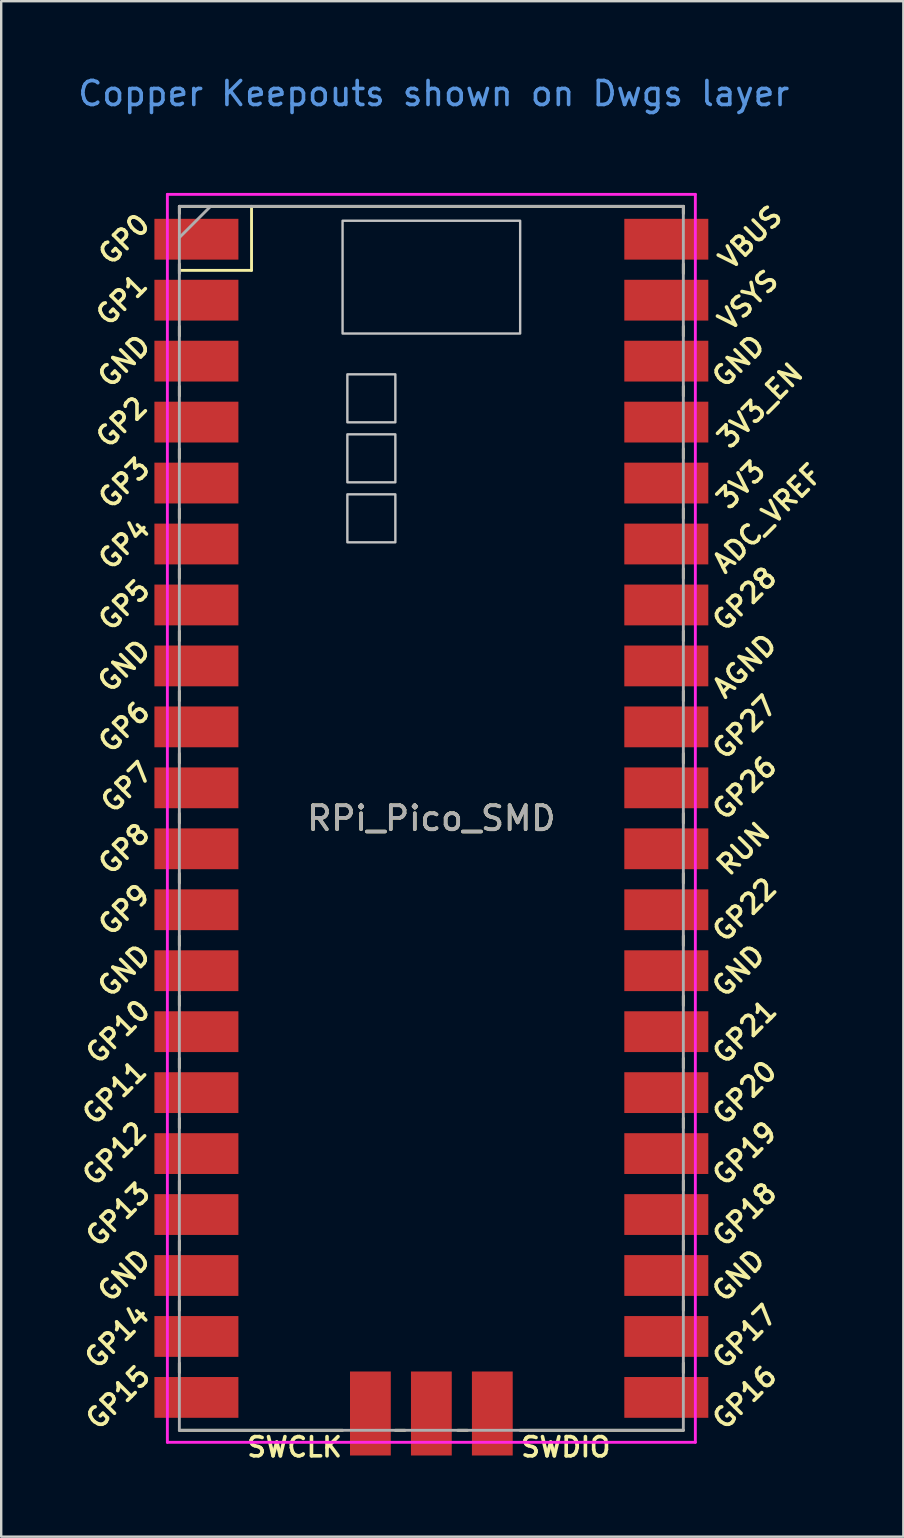
<source format=kicad_pcb>
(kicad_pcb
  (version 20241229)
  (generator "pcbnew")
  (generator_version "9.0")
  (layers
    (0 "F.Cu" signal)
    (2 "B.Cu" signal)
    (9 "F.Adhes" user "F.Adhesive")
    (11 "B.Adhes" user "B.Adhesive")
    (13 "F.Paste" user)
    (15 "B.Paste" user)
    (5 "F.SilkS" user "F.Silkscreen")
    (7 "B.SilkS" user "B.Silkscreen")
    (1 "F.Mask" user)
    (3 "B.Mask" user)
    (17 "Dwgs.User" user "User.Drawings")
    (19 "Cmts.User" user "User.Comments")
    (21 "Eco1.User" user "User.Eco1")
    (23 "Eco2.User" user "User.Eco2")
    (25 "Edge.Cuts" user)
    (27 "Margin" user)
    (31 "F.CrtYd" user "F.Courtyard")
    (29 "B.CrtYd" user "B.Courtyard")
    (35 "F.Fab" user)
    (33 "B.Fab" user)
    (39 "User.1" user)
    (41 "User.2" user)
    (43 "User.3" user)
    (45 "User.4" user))
  (footprint "RPi_Pico_SMD"
    (layer "F.Cu")
    (at 14.924 31.048)
    (property "Reference" "RPi_Pico_SMD" (at 0 0 0) (layer "F.SilkS") (effects (font (size 1 1) (thickness 0.15))))
    (attr through_hole)
    (fp_line (start -10.5 -25.5) (end -10.5 -25.2) (stroke (width 0.12) (type solid)) (layer "F.SilkS"))
    (fp_line (start -10.5 -25.5) (end 10.5 -25.5) (stroke (width 0.12) (type solid)) (layer "F.SilkS"))
    (fp_line (start -10.5 -23.1) (end -10.5 -22.7) (stroke (width 0.12) (type solid)) (layer "F.SilkS"))
    (fp_line (start -10.5 -22.833) (end -7.493 -22.833) (stroke (width 0.12) (type solid)) (layer "F.SilkS"))
    (fp_line (start -10.5 -20.5) (end -10.5 -20.1) (stroke (width 0.12) (type solid)) (layer "F.SilkS"))
    (fp_line (start -10.5 -18) (end -10.5 -17.6) (stroke (width 0.12) (type solid)) (layer "F.SilkS"))
    (fp_line (start -10.5 -15.4) (end -10.5 -15) (stroke (width 0.12) (type solid)) (layer "F.SilkS"))
    (fp_line (start -10.5 -12.9) (end -10.5 -12.5) (stroke (width 0.12) (type solid)) (layer "F.SilkS"))
    (fp_line (start -10.5 -10.4) (end -10.5 -10) (stroke (width 0.12) (type solid)) (layer "F.SilkS"))
    (fp_line (start -10.5 -7.8) (end -10.5 -7.4) (stroke (width 0.12) (type solid)) (layer "F.SilkS"))
    (fp_line (start -10.5 -5.3) (end -10.5 -4.9) (stroke (width 0.12) (type solid)) (layer "F.SilkS"))
    (fp_line (start -10.5 -2.7) (end -10.5 -2.3) (stroke (width 0.12) (type solid)) (layer "F.SilkS"))
    (fp_line (start -10.5 -0.2) (end -10.5 0.2) (stroke (width 0.12) (type solid)) (layer "F.SilkS"))
    (fp_line (start -10.5 2.3) (end -10.5 2.7) (stroke (width 0.12) (type solid)) (layer "F.SilkS"))
    (fp_line (start -10.5 4.9) (end -10.5 5.3) (stroke (width 0.12) (type solid)) (layer "F.SilkS"))
    (fp_line (start -10.5 7.4) (end -10.5 7.8) (stroke (width 0.12) (type solid)) (layer "F.SilkS"))
    (fp_line (start -10.5 10) (end -10.5 10.4) (stroke (width 0.12) (type solid)) (layer "F.SilkS"))
    (fp_line (start -10.5 12.5) (end -10.5 12.9) (stroke (width 0.12) (type solid)) (layer "F.SilkS"))
    (fp_line (start -10.5 15.1) (end -10.5 15.5) (stroke (width 0.12) (type solid)) (layer "F.SilkS"))
    (fp_line (start -10.5 17.6) (end -10.5 18) (stroke (width 0.12) (type solid)) (layer "F.SilkS"))
    (fp_line (start -10.5 20.1) (end -10.5 20.5) (stroke (width 0.12) (type solid)) (layer "F.SilkS"))
    (fp_line (start -10.5 22.7) (end -10.5 23.1) (stroke (width 0.12) (type solid)) (layer "F.SilkS"))
    (fp_line (start -7.493 -22.833) (end -7.493 -25.5) (stroke (width 0.12) (type solid)) (layer "F.SilkS"))
    (fp_line (start -3.7 25.5) (end -10.5 25.5) (stroke (width 0.12) (type solid)) (layer "F.SilkS"))
    (fp_line (start -1.5 25.5) (end -1.1 25.5) (stroke (width 0.12) (type solid)) (layer "F.SilkS"))
    (fp_line (start 1.1 25.5) (end 1.5 25.5) (stroke (width 0.12) (type solid)) (layer "F.SilkS"))
    (fp_line (start 10.5 -25.5) (end 10.5 -25.2) (stroke (width 0.12) (type solid)) (layer "F.SilkS"))
    (fp_line (start 10.5 -23.1) (end 10.5 -22.7) (stroke (width 0.12) (type solid)) (layer "F.SilkS"))
    (fp_line (start 10.5 -20.5) (end 10.5 -20.1) (stroke (width 0.12) (type solid)) (layer "F.SilkS"))
    (fp_line (start 10.5 -18) (end 10.5 -17.6) (stroke (width 0.12) (type solid)) (layer "F.SilkS"))
    (fp_line (start 10.5 -15.4) (end 10.5 -15) (stroke (width 0.12) (type solid)) (layer "F.SilkS"))
    (fp_line (start 10.5 -12.9) (end 10.5 -12.5) (stroke (width 0.12) (type solid)) (layer "F.SilkS"))
    (fp_line (start 10.5 -10.4) (end 10.5 -10) (stroke (width 0.12) (type solid)) (layer "F.SilkS"))
    (fp_line (start 10.5 -7.8) (end 10.5 -7.4) (stroke (width 0.12) (type solid)) (layer "F.SilkS"))
    (fp_line (start 10.5 -5.3) (end 10.5 -4.9) (stroke (width 0.12) (type solid)) (layer "F.SilkS"))
    (fp_line (start 10.5 -2.7) (end 10.5 -2.3) (stroke (width 0.12) (type solid)) (layer "F.SilkS"))
    (fp_line (start 10.5 -0.2) (end 10.5 0.2) (stroke (width 0.12) (type solid)) (layer "F.SilkS"))
    (fp_line (start 10.5 2.3) (end 10.5 2.7) (stroke (width 0.12) (type solid)) (layer "F.SilkS"))
    (fp_line (start 10.5 4.9) (end 10.5 5.3) (stroke (width 0.12) (type solid)) (layer "F.SilkS"))
    (fp_line (start 10.5 7.4) (end 10.5 7.8) (stroke (width 0.12) (type solid)) (layer "F.SilkS"))
    (fp_line (start 10.5 10) (end 10.5 10.4) (stroke (width 0.12) (type solid)) (layer "F.SilkS"))
    (fp_line (start 10.5 12.5) (end 10.5 12.9) (stroke (width 0.12) (type solid)) (layer "F.SilkS"))
    (fp_line (start 10.5 15.1) (end 10.5 15.5) (stroke (width 0.12) (type solid)) (layer "F.SilkS"))
    (fp_line (start 10.5 17.6) (end 10.5 18) (stroke (width 0.12) (type solid)) (layer "F.SilkS"))
    (fp_line (start 10.5 20.1) (end 10.5 20.5) (stroke (width 0.12) (type solid)) (layer "F.SilkS"))
    (fp_line (start 10.5 22.7) (end 10.5 23.1) (stroke (width 0.12) (type solid)) (layer "F.SilkS"))
    (fp_line (start 10.5 25.5) (end 3.7 25.5) (stroke (width 0.12) (type solid)) (layer "F.SilkS"))
    (fp_poly (pts (xy -1.5 -16.5) (xy -3.5 -16.5) (xy -3.5 -18.5) (xy -1.5 -18.5)) (stroke (width 0.1) (type solid)) (fill no) (layer "Dwgs.User"))
    (fp_poly (pts (xy -1.5 -14) (xy -3.5 -14) (xy -3.5 -16) (xy -1.5 -16)) (stroke (width 0.1) (type solid)) (fill no) (layer "Dwgs.User"))
    (fp_poly (pts (xy -1.5 -11.5) (xy -3.5 -11.5) (xy -3.5 -13.5) (xy -1.5 -13.5)) (stroke (width 0.1) (type solid)) (fill no) (layer "Dwgs.User"))
    (fp_poly (pts (xy 3.7 -20.2) (xy -3.7 -20.2) (xy -3.7 -24.9) (xy 3.7 -24.9)) (stroke (width 0.1) (type solid)) (fill no) (layer "Dwgs.User"))
    (fp_line (start -11 -26) (end 11 -26) (stroke (width 0.12) (type solid)) (layer "F.CrtYd"))
    (fp_line (start -11 26) (end -11 -26) (stroke (width 0.12) (type solid)) (layer "F.CrtYd"))
    (fp_line (start 11 -26) (end 11 26) (stroke (width 0.12) (type solid)) (layer "F.CrtYd"))
    (fp_line (start 11 26) (end -11 26) (stroke (width 0.12) (type solid)) (layer "F.CrtYd"))
    (fp_line (start -10.5 -25.5) (end 10.5 -25.5) (stroke (width 0.12) (type solid)) (layer "F.Fab"))
    (fp_line (start -10.5 -24.2) (end -9.2 -25.5) (stroke (width 0.12) (type solid)) (layer "F.Fab"))
    (fp_line (start -10.5 25.5) (end -10.5 -25.5) (stroke (width 0.12) (type solid)) (layer "F.Fab"))
    (fp_line (start 10.5 -25.5) (end 10.5 25.5) (stroke (width 0.12) (type solid)) (layer "F.Fab"))
    (fp_line (start 10.5 25.5) (end -10.5 25.5) (stroke (width 0.12) (type solid)) (layer "F.Fab"))
    (fp_text user "GP18" (at 13.054 16.51 45) (layer "F.SilkS") (effects (font (size 0.8 0.8) (thickness 0.15))))
    (fp_text user "GP11" (at -13.2 11.43 45) (layer "F.SilkS") (effects (font (size 0.8 0.8) (thickness 0.15))))
    (fp_text user "GND" (at 12.8 -19.05 45) (layer "F.SilkS") (effects (font (size 0.8 0.8) (thickness 0.15))))
    (fp_text user "GP1" (at -12.9 -21.6 45) (layer "F.SilkS") (effects (font (size 0.8 0.8) (thickness 0.15))))
    (fp_text user "AGND" (at 13.054 -6.35 45) (layer "F.SilkS") (effects (font (size 0.8 0.8) (thickness 0.15))))
    (fp_text user "GP13" (at -13.054 16.51 45) (layer "F.SilkS") (effects (font (size 0.8 0.8) (thickness 0.15))))
    (fp_text user "GND" (at 12.8 19.05 45) (layer "F.SilkS") (effects (font (size 0.8 0.8) (thickness 0.15))))
    (fp_text user "GP26" (at 13.054 -1.27 45) (layer "F.SilkS") (effects (font (size 0.8 0.8) (thickness 0.15))))
    (fp_text user "VSYS" (at 13.2 -21.59 45) (layer "F.SilkS") (effects (font (size 0.8 0.8) (thickness 0.15))))
    (fp_text user "GP9" (at -12.8 3.81 45) (layer "F.SilkS") (effects (font (size 0.8 0.8) (thickness 0.15))))
    (fp_text user "GP8" (at -12.8 1.27 45) (layer "F.SilkS") (effects (font (size 0.8 0.8) (thickness 0.15))))
    (fp_text user "GP17" (at 13.054 21.59 45) (layer "F.SilkS") (effects (font (size 0.8 0.8) (thickness 0.15))))
    (fp_text user "GP20" (at 13.054 11.43 45) (layer "F.SilkS") (effects (font (size 0.8 0.8) (thickness 0.15))))
    (fp_text user "VBUS" (at 13.3 -24.2 45) (layer "F.SilkS") (effects (font (size 0.8 0.8) (thickness 0.15))))
    (fp_text user "GP4" (at -12.8 -11.43 45) (layer "F.SilkS") (effects (font (size 0.8 0.8) (thickness 0.15))))
    (fp_text user "GP19" (at 13.054 13.97 45) (layer "F.SilkS") (effects (font (size 0.8 0.8) (thickness 0.15))))
    (fp_text user "GP0" (at -12.8 -24.13 45) (layer "F.SilkS") (effects (font (size 0.8 0.8) (thickness 0.15))))
    (fp_text user "GP12" (at -13.2 13.97 45) (layer "F.SilkS") (effects (font (size 0.8 0.8) (thickness 0.15))))
    (fp_text user "GP10" (at -13.054 8.89 45) (layer "F.SilkS") (effects (font (size 0.8 0.8) (thickness 0.15))))
    (fp_text user "3V3_EN" (at 13.7 -17.2 45) (layer "F.SilkS") (effects (font (size 0.8 0.8) (thickness 0.15))))
    (fp_text user "GP21" (at 13.054 8.9 45) (layer "F.SilkS") (effects (font (size 0.8 0.8) (thickness 0.15))))
    (fp_text user "GP28" (at 13.054 -9.144 45) (layer "F.SilkS") (effects (font (size 0.8 0.8) (thickness 0.15))))
    (fp_text user "GP7" (at -12.7 -1.3 45) (layer "F.SilkS") (effects (font (size 0.8 0.8) (thickness 0.15))))
    (fp_text user "GND" (at -12.8 6.35 45) (layer "F.SilkS") (effects (font (size 0.8 0.8) (thickness 0.15))))
    (fp_text user "GND" (at -12.8 19.05 45) (layer "F.SilkS") (effects (font (size 0.8 0.8) (thickness 0.15))))
    (fp_text user "GP2" (at -12.9 -16.51 45) (layer "F.SilkS") (effects (font (size 0.8 0.8) (thickness 0.15))))
    (fp_text user "GND" (at -12.8 -6.35 45) (layer "F.SilkS") (effects (font (size 0.8 0.8) (thickness 0.15))))
    (fp_text user "ADC_VREF" (at 14 -12.5 45) (layer "F.SilkS") (effects (font (size 0.8 0.8) (thickness 0.15))))
    (fp_text user "GP16" (at 13.054 24.13 45) (layer "F.SilkS") (effects (font (size 0.8 0.8) (thickness 0.15))))
    (fp_text user "GP6" (at -12.8 -3.81 45) (layer "F.SilkS") (effects (font (size 0.8 0.8) (thickness 0.15))))
    (fp_text user "SWDIO" (at 5.6 26.2 0) (layer "F.SilkS") (effects (font (size 0.8 0.8) (thickness 0.15))))
    (fp_text user "SWCLK" (at -5.7 26.2 0) (layer "F.SilkS") (effects (font (size 0.8 0.8) (thickness 0.15))))
    (fp_text user "GP27" (at 13.054 -3.8 45) (layer "F.SilkS") (effects (font (size 0.8 0.8) (thickness 0.15))))
    (fp_text user "GP15" (at -13.054 24.13 45) (layer "F.SilkS") (effects (font (size 0.8 0.8) (thickness 0.15))))
    (fp_text user "GP22" (at 13.054 3.81 45) (layer "F.SilkS") (effects (font (size 0.8 0.8) (thickness 0.15))))
    (fp_text user "3V3" (at 12.9 -13.9 45) (layer "F.SilkS") (effects (font (size 0.8 0.8) (thickness 0.15))))
    (fp_text user "RUN" (at 13 1.27 45) (layer "F.SilkS") (effects (font (size 0.8 0.8) (thickness 0.15))))
    (fp_text user "GP3" (at -12.8 -13.97 45) (layer "F.SilkS") (effects (font (size 0.8 0.8) (thickness 0.15))))
    (fp_text user "GND" (at 12.8 6.35 45) (layer "F.SilkS") (effects (font (size 0.8 0.8) (thickness 0.15))))
    (fp_text user "GP14" (at -13.1 21.59 45) (layer "F.SilkS") (effects (font (size 0.8 0.8) (thickness 0.15))))
    (fp_text user "GND" (at -12.8 -19.05 45) (layer "F.SilkS") (effects (font (size 0.8 0.8) (thickness 0.15))))
    (fp_text user "GP5" (at -12.8 -8.89 45) (layer "F.SilkS") (effects (font (size 0.8 0.8) (thickness 0.15))))
    (fp_text user "Copper Keepouts shown on Dwgs layer" (at 0.1 -30.2 0) (layer "Cmts.User") (effects (font (size 1 1) (thickness 0.15))))
    (fp_text user "${REFERENCE}" (at 0 0 180) (layer "F.Fab") (effects (font (size 1 1) (thickness 0.15))))
    (pad "1" smd rect (at -8.89 -24.13) (size 3.5 1.7) (drill (offset -0.9 0)) (layers "F.Cu" "F.Mask"))
    (pad "2" smd rect (at -8.89 -21.59) (size 3.5 1.7) (drill (offset -0.9 0)) (layers "F.Cu" "F.Mask"))
    (pad "3" smd rect (at -8.89 -19.05) (size 3.5 1.7) (drill (offset -0.9 0)) (layers "F.Cu" "F.Mask"))
    (pad "4" smd rect (at -8.89 -16.51) (size 3.5 1.7) (drill (offset -0.9 0)) (layers "F.Cu" "F.Mask"))
    (pad "5" smd rect (at -8.89 -13.97) (size 3.5 1.7) (drill (offset -0.9 0)) (layers "F.Cu" "F.Mask"))
    (pad "6" smd rect (at -8.89 -11.43) (size 3.5 1.7) (drill (offset -0.9 0)) (layers "F.Cu" "F.Mask"))
    (pad "7" smd rect (at -8.89 -8.89) (size 3.5 1.7) (drill (offset -0.9 0)) (layers "F.Cu" "F.Mask"))
    (pad "8" smd rect (at -8.89 -6.35) (size 3.5 1.7) (drill (offset -0.9 0)) (layers "F.Cu" "F.Mask"))
    (pad "9" smd rect (at -8.89 -3.81) (size 3.5 1.7) (drill (offset -0.9 0)) (layers "F.Cu" "F.Mask"))
    (pad "10" smd rect (at -8.89 -1.27) (size 3.5 1.7) (drill (offset -0.9 0)) (layers "F.Cu" "F.Mask"))
    (pad "11" smd rect (at -8.89 1.27) (size 3.5 1.7) (drill (offset -0.9 0)) (layers "F.Cu" "F.Mask"))
    (pad "12" smd rect (at -8.89 3.81) (size 3.5 1.7) (drill (offset -0.9 0)) (layers "F.Cu" "F.Mask"))
    (pad "13" smd rect (at -8.89 6.35) (size 3.5 1.7) (drill (offset -0.9 0)) (layers "F.Cu" "F.Mask"))
    (pad "14" smd rect (at -8.89 8.89) (size 3.5 1.7) (drill (offset -0.9 0)) (layers "F.Cu" "F.Mask"))
    (pad "15" smd rect (at -8.89 11.43) (size 3.5 1.7) (drill (offset -0.9 0)) (layers "F.Cu" "F.Mask"))
    (pad "16" smd rect (at -8.89 13.97) (size 3.5 1.7) (drill (offset -0.9 0)) (layers "F.Cu" "F.Mask"))
    (pad "17" smd rect (at -8.89 16.51) (size 3.5 1.7) (drill (offset -0.9 0)) (layers "F.Cu" "F.Mask"))
    (pad "18" smd rect (at -8.89 19.05) (size 3.5 1.7) (drill (offset -0.9 0)) (layers "F.Cu" "F.Mask"))
    (pad "19" smd rect (at -8.89 21.59) (size 3.5 1.7) (drill (offset -0.9 0)) (layers "F.Cu" "F.Mask"))
    (pad "20" smd rect (at -8.89 24.13) (size 3.5 1.7) (drill (offset -0.9 0)) (layers "F.Cu" "F.Mask"))
    (pad "21" smd rect (at 8.89 24.13) (size 3.5 1.7) (drill (offset 0.9 0)) (layers "F.Cu" "F.Mask"))
    (pad "22" smd rect (at 8.89 21.59) (size 3.5 1.7) (drill (offset 0.9 0)) (layers "F.Cu" "F.Mask"))
    (pad "23" smd rect (at 8.89 19.05) (size 3.5 1.7) (drill (offset 0.9 0)) (layers "F.Cu" "F.Mask"))
    (pad "24" smd rect (at 8.89 16.51) (size 3.5 1.7) (drill (offset 0.9 0)) (layers "F.Cu" "F.Mask"))
    (pad "25" smd rect (at 8.89 13.97) (size 3.5 1.7) (drill (offset 0.9 0)) (layers "F.Cu" "F.Mask"))
    (pad "26" smd rect (at 8.89 11.43) (size 3.5 1.7) (drill (offset 0.9 0)) (layers "F.Cu" "F.Mask"))
    (pad "27" smd rect (at 8.89 8.89) (size 3.5 1.7) (drill (offset 0.9 0)) (layers "F.Cu" "F.Mask"))
    (pad "28" smd rect (at 8.89 6.35) (size 3.5 1.7) (drill (offset 0.9 0)) (layers "F.Cu" "F.Mask"))
    (pad "29" smd rect (at 8.89 3.81) (size 3.5 1.7) (drill (offset 0.9 0)) (layers "F.Cu" "F.Mask"))
    (pad "30" smd rect (at 8.89 1.27) (size 3.5 1.7) (drill (offset 0.9 0)) (layers "F.Cu" "F.Mask"))
    (pad "31" smd rect (at 8.89 -1.27) (size 3.5 1.7) (drill (offset 0.9 0)) (layers "F.Cu" "F.Mask"))
    (pad "32" smd rect (at 8.89 -3.81) (size 3.5 1.7) (drill (offset 0.9 0)) (layers "F.Cu" "F.Mask"))
    (pad "33" smd rect (at 8.89 -6.35) (size 3.5 1.7) (drill (offset 0.9 0)) (layers "F.Cu" "F.Mask"))
    (pad "34" smd rect (at 8.89 -8.89) (size 3.5 1.7) (drill (offset 0.9 0)) (layers "F.Cu" "F.Mask"))
    (pad "35" smd rect (at 8.89 -11.43) (size 3.5 1.7) (drill (offset 0.9 0)) (layers "F.Cu" "F.Mask"))
    (pad "36" smd rect (at 8.89 -13.97) (size 3.5 1.7) (drill (offset 0.9 0)) (layers "F.Cu" "F.Mask"))
    (pad "37" smd rect (at 8.89 -16.51) (size 3.5 1.7) (drill (offset 0.9 0)) (layers "F.Cu" "F.Mask"))
    (pad "38" smd rect (at 8.89 -19.05) (size 3.5 1.7) (drill (offset 0.9 0)) (layers "F.Cu" "F.Mask"))
    (pad "39" smd rect (at 8.89 -21.59) (size 3.5 1.7) (drill (offset 0.9 0)) (layers "F.Cu" "F.Mask"))
    (pad "40" smd rect (at 8.89 -24.13) (size 3.5 1.7) (drill (offset 0.9 0)) (layers "F.Cu" "F.Mask"))
    (pad "41" smd rect (at -2.54 23.9 90) (size 3.5 1.7) (drill (offset -0.9 0)) (layers "F.Cu" "F.Mask"))
    (pad "42" smd rect (at 0 23.9 90) (size 3.5 1.7) (drill (offset -0.9 0)) (layers "F.Cu" "F.Mask"))
    (pad "43" smd rect (at 2.54 23.9 90) (size 3.5 1.7) (drill (offset -0.9 0)) (layers "F.Cu" "F.Mask")))
  (gr_rect
    (start -3 -3)
    (end 34.591 60.98)
    (stroke (width 0.1) (type default))
    (fill no)
    (layer "Edge.Cuts")))
</source>
